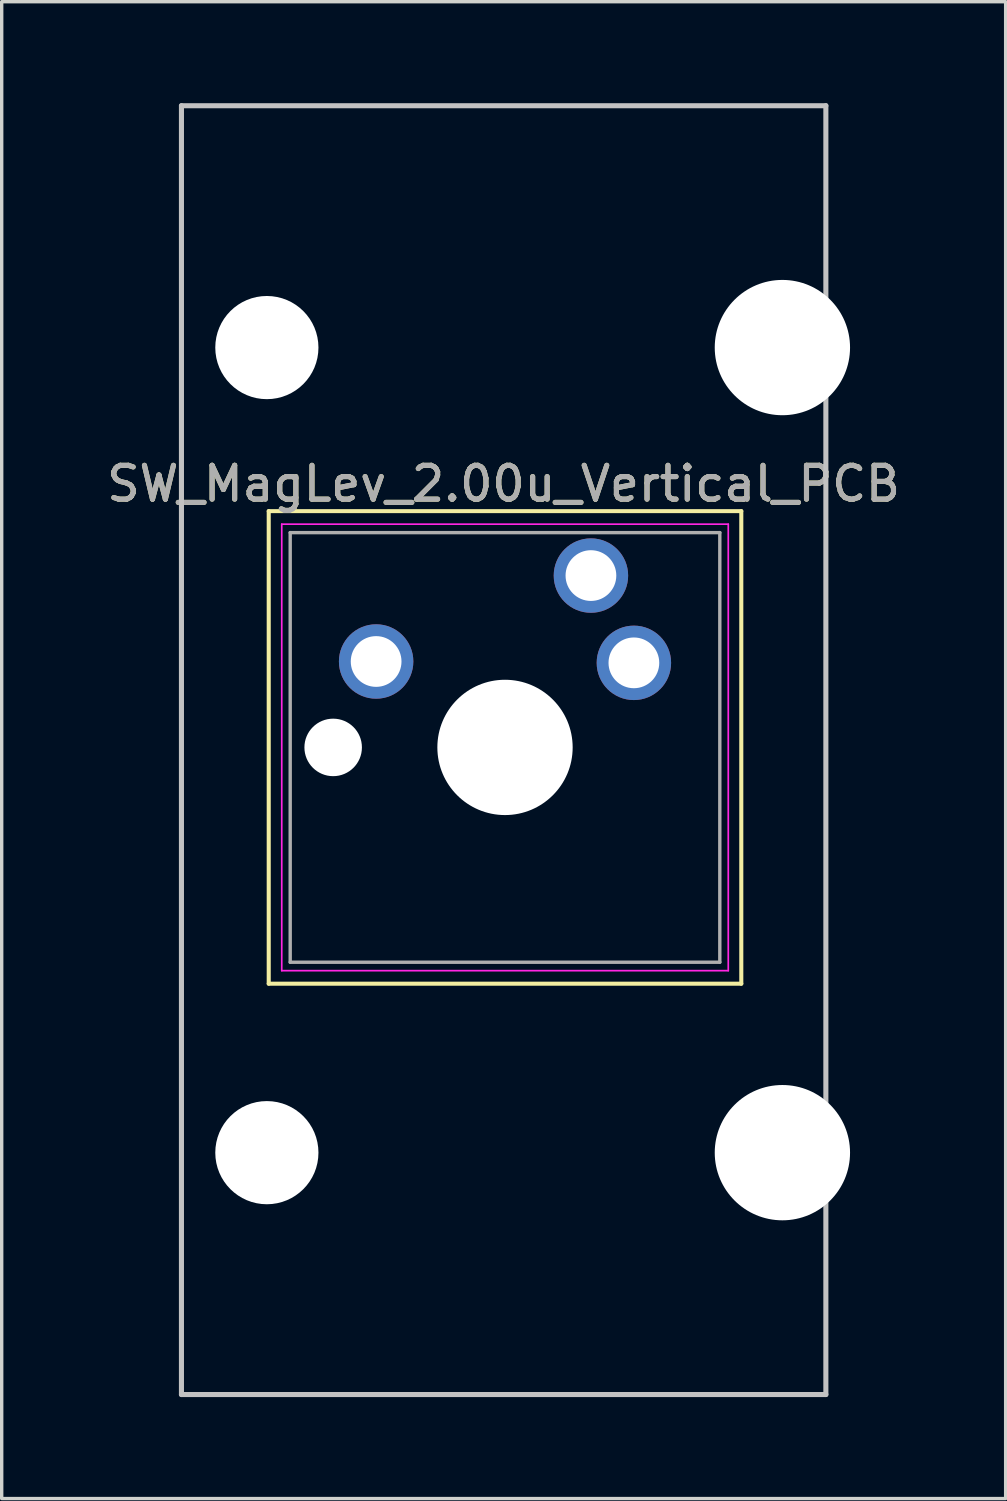
<source format=kicad_pcb>
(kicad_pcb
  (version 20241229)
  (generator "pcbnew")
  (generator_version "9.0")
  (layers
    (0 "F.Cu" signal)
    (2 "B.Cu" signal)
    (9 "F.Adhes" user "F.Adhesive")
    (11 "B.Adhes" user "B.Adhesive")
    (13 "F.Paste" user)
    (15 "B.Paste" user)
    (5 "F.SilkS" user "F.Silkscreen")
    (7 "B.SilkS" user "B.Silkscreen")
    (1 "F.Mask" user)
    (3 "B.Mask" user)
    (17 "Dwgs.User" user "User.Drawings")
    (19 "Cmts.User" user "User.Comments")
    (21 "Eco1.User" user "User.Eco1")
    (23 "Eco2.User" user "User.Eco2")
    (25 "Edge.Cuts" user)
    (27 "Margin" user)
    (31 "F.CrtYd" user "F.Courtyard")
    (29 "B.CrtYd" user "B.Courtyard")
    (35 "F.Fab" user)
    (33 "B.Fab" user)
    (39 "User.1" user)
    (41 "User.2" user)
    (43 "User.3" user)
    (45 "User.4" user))
  (footprint "SW_MagLev_2.00u_Vertical_PCB"
    (layer "F.Cu")
    (at 14.379 14.045)
    (property "Reference" "SW_MagLev_2.00u_Vertical_PCB" (at -2.54 -2.794 0) (layer "F.SilkS") (effects (font (size 1 1) (thickness 0.15))))
    (attr through_hole)
    (fp_line (start -9.485 -1.985) (end 4.485 -1.985) (stroke (width 0.12) (type solid)) (layer "F.SilkS"))
    (fp_line (start -9.485 11.985) (end -9.485 -1.985) (stroke (width 0.12) (type solid)) (layer "F.SilkS"))
    (fp_line (start 4.485 -1.985) (end 4.485 11.985) (stroke (width 0.12) (type solid)) (layer "F.SilkS"))
    (fp_line (start 4.485 11.985) (end -9.485 11.985) (stroke (width 0.12) (type solid)) (layer "F.SilkS"))
    (fp_line (start -12.065 -13.97) (end 6.985 -13.97) (stroke (width 0.15) (type solid)) (layer "Dwgs.User"))
    (fp_line (start -12.065 24.13) (end -12.065 -13.97) (stroke (width 0.15) (type solid)) (layer "Dwgs.User"))
    (fp_line (start 6.985 -13.97) (end 6.985 24.13) (stroke (width 0.15) (type solid)) (layer "Dwgs.User"))
    (fp_line (start 6.985 24.13) (end -12.065 24.13) (stroke (width 0.15) (type solid)) (layer "Dwgs.User"))
    (fp_line (start -9.1 -1.6) (end 4.1 -1.6) (stroke (width 0.05) (type solid)) (layer "F.CrtYd"))
    (fp_line (start -9.1 11.6) (end -9.1 -1.6) (stroke (width 0.05) (type solid)) (layer "F.CrtYd"))
    (fp_line (start 4.1 -1.6) (end 4.1 11.6) (stroke (width 0.05) (type solid)) (layer "F.CrtYd"))
    (fp_line (start 4.1 11.6) (end -9.1 11.6) (stroke (width 0.05) (type solid)) (layer "F.CrtYd"))
    (fp_line (start -8.85 -1.35) (end 3.85 -1.35) (stroke (width 0.1) (type solid)) (layer "F.Fab"))
    (fp_line (start -8.85 11.35) (end -8.85 -1.35) (stroke (width 0.1) (type solid)) (layer "F.Fab"))
    (fp_line (start 3.85 -1.35) (end 3.85 11.35) (stroke (width 0.1) (type solid)) (layer "F.Fab"))
    (fp_line (start 3.85 11.35) (end -8.85 11.35) (stroke (width 0.1) (type solid)) (layer "F.Fab"))
    (fp_text user "${REFERENCE}" (at -2.54 -2.794 0) (layer "F.Fab") (effects (font (size 1 1) (thickness 0.15))))
    (pad "" np_thru_hole circle (at -9.54 -6.82) (size 3.05 3.05) (drill 3.05) (layers "*.Cu" "*.Mask"))
    (pad "" np_thru_hole circle (at -9.54 16.98) (size 3.05 3.05) (drill 3.05) (layers "*.Cu" "*.Mask"))
    (pad "" np_thru_hole circle (at -7.58 5) (size 1.7 1.7) (drill 1.7) (layers "*.Cu" "*.Mask"))
    (pad "" np_thru_hole circle (at -2.5 5) (size 4 4) (drill 4) (layers "*.Cu" "*.Mask"))
    (pad "" np_thru_hole circle (at 5.7 -6.82) (size 4 4) (drill 4) (layers "*.Cu" "*.Mask"))
    (pad "" np_thru_hole circle (at 5.7 16.98) (size 4 4) (drill 4) (layers "*.Cu" "*.Mask"))
    (pad "1" thru_hole circle (at 0.04 -0.08) (size 2.2 2.2) (drill 1.5) (layers "*.Cu" "*.Mask"))
    (pad "2" thru_hole circle (at -6.31 2.46) (size 2.2 2.2) (drill 1.5) (layers "*.Cu" "*.Mask"))
    (pad "3" thru_hole circle (at 1.31 2.5) (size 2.2 2.2) (drill 1.5) (layers "*.Cu" "*.Mask")))
  (gr_rect
    (start -3 -3)
    (end 26.679 41.25)
    (stroke (width 0.1) (type default))
    (fill no)
    (layer "Edge.Cuts")))
</source>
